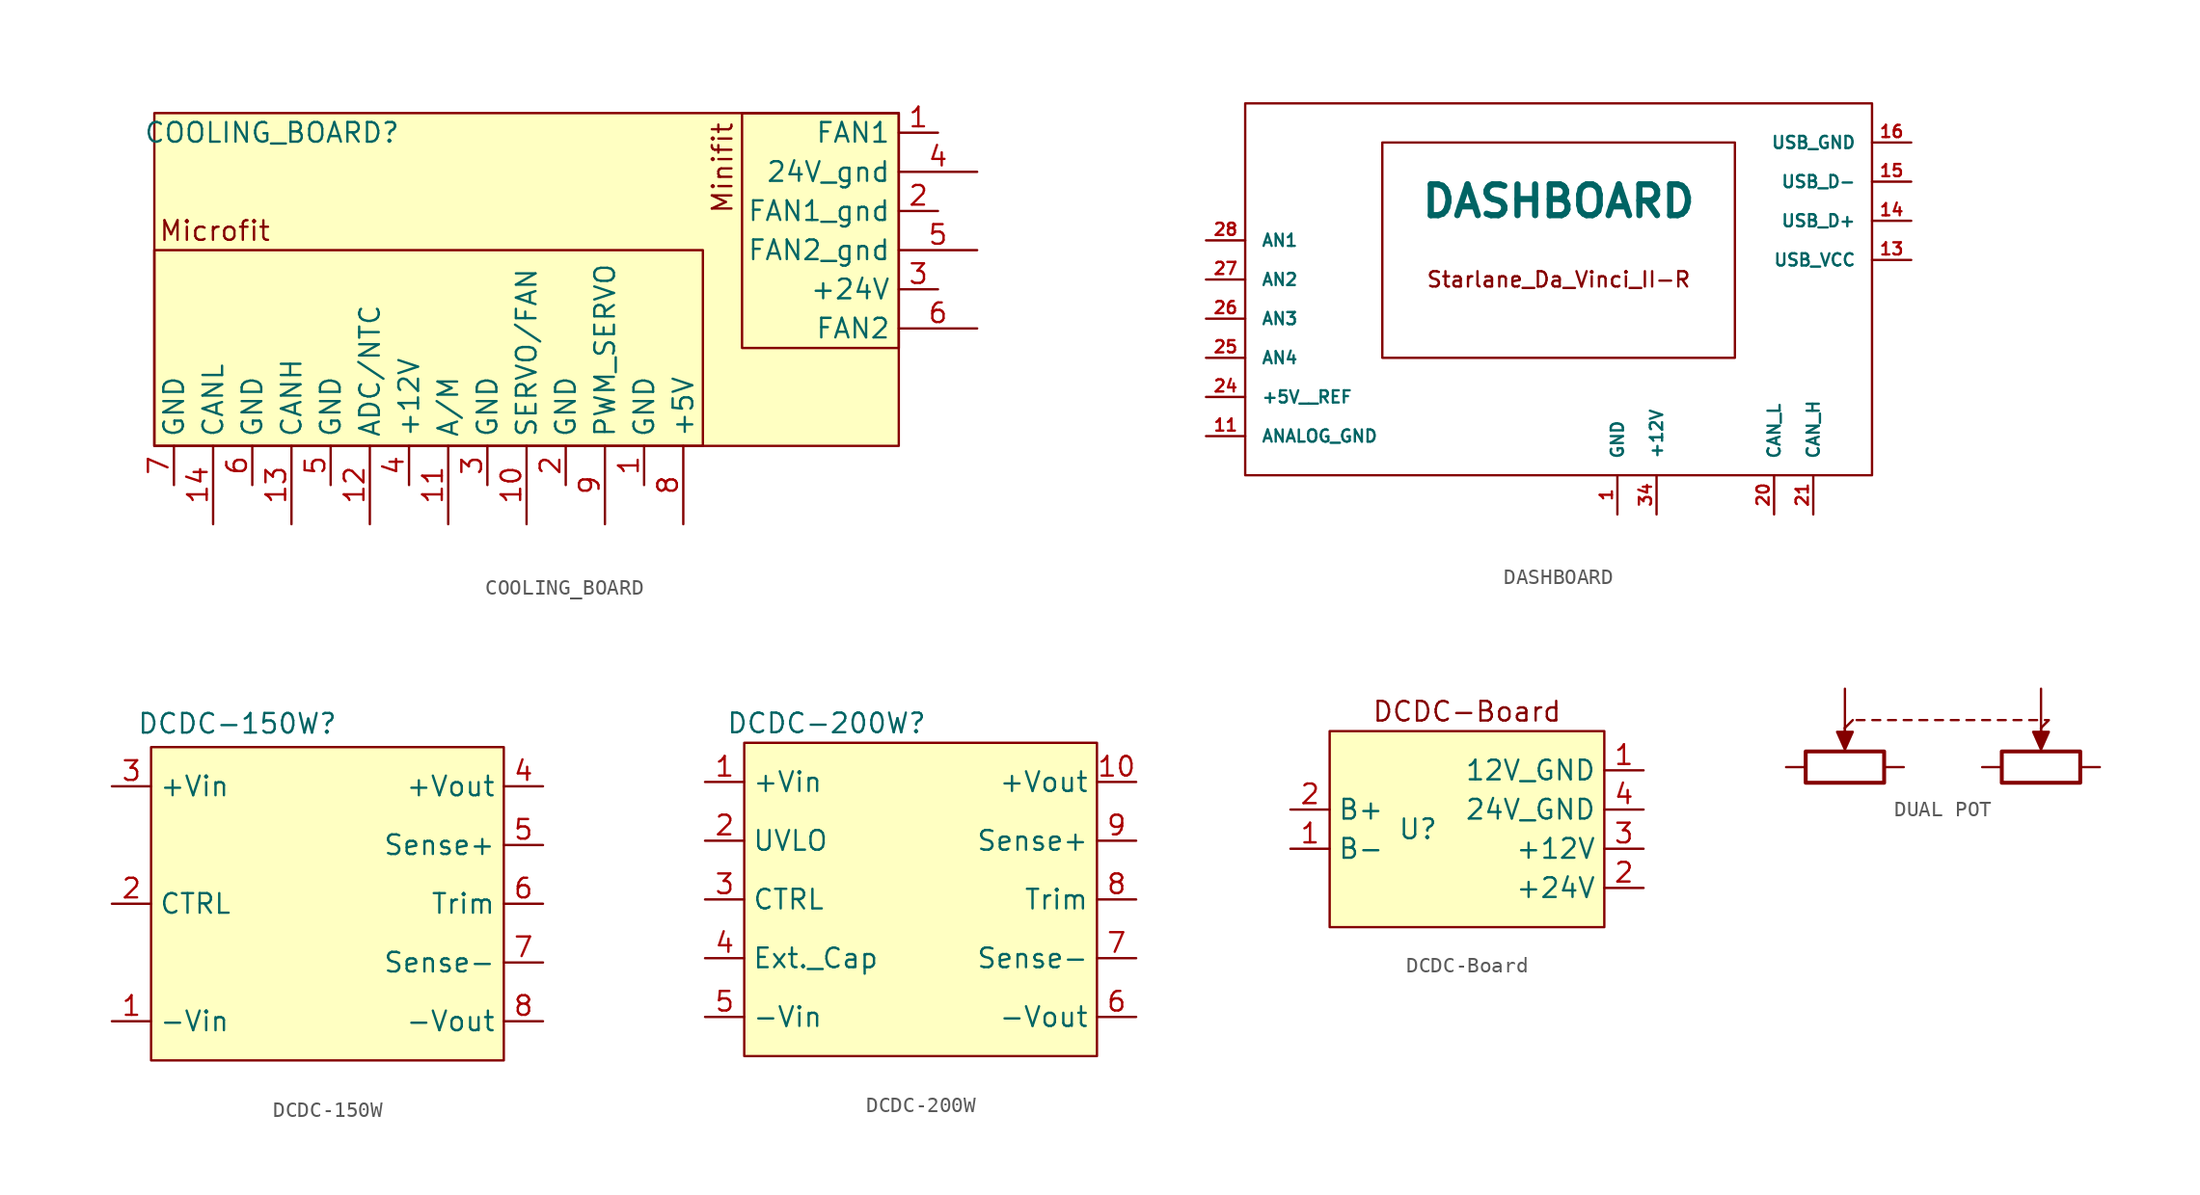
<source format=kicad_sym>
(kicad_symbol_lib
  (version 20231120)
  (generator "kicad_symbol_editor")
  (generator_version "8.0")
  (symbol "COOLING_BOARD"
    (property "Reference" "COOLING_BOARD"
      (at -35.56 11.43 0)
      (effects (font (size 1.27 1.27))))
    (property "Value" ""
      (at -20.32 -3.81 90)
      (effects (font (size 1.27 1.27))))
    (symbol "COOLING_BOARD_0_1"
      (rectangle (start -7.62 -8.89) (end -43.18 3.81) (stroke (width 0) (type default)) (fill (type none)))
      (rectangle (start -5.08 12.7) (end 5.08 -2.54) (stroke (width 0) (type default)) (fill (type none))))
    (symbol "COOLING_BOARD_1_1"
      (rectangle (start -43.18 12.7) (end 5.08 -8.89) (stroke (width 0) (type default)) (fill (type background)))
      (text "Microfit" (at -42.926 4.318 0) (effects (font (size 1.27 1.27)) (justify left bottom)))
      (text "Minifit" (at -6.35 9.144 900) (effects (font (size 1.27 1.27))))
      (pin input line (at 7.62 11.43 180) (length 2.54) (name "FAN1" (effects (font (size 1.27 1.27)))) (number "1" (effects (font (size 1.27 1.27)))))
      (pin input line (at -11.43 -11.43 90) (length 2.54) (name "GND" (effects (font (size 1.27 1.27)))) (number "1" (effects (font (size 1.27 1.27)))))
      (pin input line (at -19.05 -13.97 90) (length 5.08) (name "SERVO/FAN" (effects (font (size 1.27 1.27)))) (number "10" (effects (font (size 1.27 1.27)))))
      (pin input line (at -24.13 -13.97 90) (length 5.08) (name "A/M" (effects (font (size 1.27 1.27)))) (number "11" (effects (font (size 1.27 1.27)))))
      (pin input line (at -29.21 -13.97 90) (length 5.08) (name "ADC/NTC" (effects (font (size 1.27 1.27)))) (number "12" (effects (font (size 1.27 1.27)))))
      (pin input line (at -34.29 -13.97 90) (length 5.08) (name "CANH" (effects (font (size 1.27 1.27)))) (number "13" (effects (font (size 1.27 1.27)))))
      (pin input line (at -39.37 -13.97 90) (length 5.08) (name "CANL" (effects (font (size 1.27 1.27)))) (number "14" (effects (font (size 1.27 1.27)))))
      (pin input line (at 7.62 6.35 180) (length 2.54) (name "FAN1_gnd" (effects (font (size 1.27 1.27)))) (number "2" (effects (font (size 1.27 1.27)))))
      (pin input line (at -16.51 -11.43 90) (length 2.54) (name "GND" (effects (font (size 1.27 1.27)))) (number "2" (effects (font (size 1.27 1.27)))))
      (pin input line (at 7.62 1.27 180) (length 2.54) (name "+24V" (effects (font (size 1.27 1.27)))) (number "3" (effects (font (size 1.27 1.27)))))
      (pin input line (at -21.59 -11.43 90) (length 2.54) (name "GND" (effects (font (size 1.27 1.27)))) (number "3" (effects (font (size 1.27 1.27)))))
      (pin input line (at -26.67 -11.43 90) (length 2.54) (name "+12V" (effects (font (size 1.27 1.27)))) (number "4" (effects (font (size 1.27 1.27)))))
      (pin input line (at 10.16 8.89 180) (length 5.08) (name "24V_gnd" (effects (font (size 1.27 1.27)))) (number "4" (effects (font (size 1.27 1.27)))))
      (pin input line (at 10.16 3.81 180) (length 5.08) (name "FAN2_gnd" (effects (font (size 1.27 1.27)))) (number "5" (effects (font (size 1.27 1.27)))))
      (pin input line (at -31.75 -11.43 90) (length 2.54) (name "GND" (effects (font (size 1.27 1.27)))) (number "5" (effects (font (size 1.27 1.27)))))
      (pin input line (at 10.16 -1.27 180) (length 5.08) (name "FAN2" (effects (font (size 1.27 1.27)))) (number "6" (effects (font (size 1.27 1.27)))))
      (pin input line (at -36.83 -11.43 90) (length 2.54) (name "GND" (effects (font (size 1.27 1.27)))) (number "6" (effects (font (size 1.27 1.27)))))
      (pin input line (at -41.91 -11.43 90) (length 2.54) (name "GND" (effects (font (size 1.27 1.27)))) (number "7" (effects (font (size 1.27 1.27)))))
      (pin input line (at -8.89 -13.97 90) (length 5.08) (name "+5V" (effects (font (size 1.27 1.27)))) (number "8" (effects (font (size 1.27 1.27)))))
      (pin input line (at -13.97 -13.97 90) (length 5.08) (name "PWM_SERVO" (effects (font (size 1.27 1.27)))) (number "9" (effects (font (size 1.27 1.27)))))))
  (symbol "DASHBOARD"
    (pin_names
      (offset 1.016))
    (property "Reference" "D"
      (at 0 -1.27 0)
      (effects (font (size 1.27 1.27)) (hide yes)))
    (property "Value" "DASHBOARD"
      (at 0 5.08 0)
      (effects (font (size 2 2) (bold yes))))
    (symbol "DASHBOARD_0_0"
      (text "Starlane_Da_Vinci_II-R" (at 0 0 0) (effects (font (size 0.991 0.991)))))
    (symbol "DASHBOARD_0_1"
      (rectangle (start -20.32 -12.7) (end 20.32 11.43) (stroke (width 0) (type default)) (fill (type none)))
      (rectangle (start -11.43 8.89) (end 11.43 -5.08) (stroke (width 0) (type default)) (fill (type none))))
    (symbol "DASHBOARD_1_1"
      (pin input line (at 3.81 -15.24 90) (length 2.54) (name "GND" (effects (font (size 0.787 0.787)))) (number "1" (effects (font (size 0.787 0.787)))))
      (pin input line (at -22.86 -10.16 0) (length 2.54) (name "ANALOG_GND" (effects (font (size 0.787 0.787)))) (number "11" (effects (font (size 0.787 0.787)))))
      (pin input line (at 22.86 1.27 180) (length 2.54) (name "USB_VCC" (effects (font (size 0.787 0.787)))) (number "13" (effects (font (size 0.787 0.787)))))
      (pin input line (at 22.86 3.81 180) (length 2.54) (name "USB_D+" (effects (font (size 0.787 0.787)))) (number "14" (effects (font (size 0.787 0.787)))))
      (pin input line (at 22.86 6.35 180) (length 2.54) (name "USB_D-" (effects (font (size 0.787 0.787)))) (number "15" (effects (font (size 0.787 0.787)))))
      (pin input line (at 22.86 8.89 180) (length 2.54) (name "USB_GND" (effects (font (size 0.787 0.787)))) (number "16" (effects (font (size 0.787 0.787)))))
      (pin input line (at 13.97 -15.24 90) (length 2.54) (name "CAN_L" (effects (font (size 0.787 0.787)))) (number "20" (effects (font (size 0.787 0.787)))))
      (pin input line (at 16.51 -15.24 90) (length 2.54) (name "CAN_H" (effects (font (size 0.787 0.787)))) (number "21" (effects (font (size 0.787 0.787)))))
      (pin input line (at -22.86 -7.62 0) (length 2.54) (name "+5V__REF" (effects (font (size 0.787 0.787)))) (number "24" (effects (font (size 0.787 0.787)))))
      (pin input line (at -22.86 -5.08 0) (length 2.54) (name "AN4" (effects (font (size 0.787 0.787)))) (number "25" (effects (font (size 0.787 0.787)))))
      (pin input line (at -22.86 -2.54 0) (length 2.54) (name "AN3" (effects (font (size 0.787 0.787)))) (number "26" (effects (font (size 0.787 0.787)))))
      (pin input line (at -22.86 0 0) (length 2.54) (name "AN2" (effects (font (size 0.787 0.787)))) (number "27" (effects (font (size 0.787 0.787)))))
      (pin input line (at -22.86 2.54 0) (length 2.54) (name "AN1" (effects (font (size 0.787 0.787)))) (number "28" (effects (font (size 0.787 0.787)))))
      (pin input line (at 6.35 -15.24 90) (length 2.54) (name "+12V" (effects (font (size 0.787 0.787)))) (number "34" (effects (font (size 0.787 0.787)))))))
  (symbol "DCDC-150W"
    (property "Reference" "DCDC-150W"
      (at -5.842 11.684 0)
      (effects (font (size 1.27 1.27))))
    (property "Value" ""
      (at 0 0 0)
      (effects (font (size 1.27 1.27))))
    (symbol "DCDC-150W_1_1"
      (rectangle (start -11.43 10.16) (end 11.43 -10.16) (stroke (width 0) (type default)) (fill (type background)))
      (pin input line (at -13.97 -7.62 0) (length 2.54) (name "-Vin" (effects (font (size 1.27 1.27)))) (number "1" (effects (font (size 1.27 1.27)))))
      (pin input line (at -13.97 0 0) (length 2.54) (name "CTRL" (effects (font (size 1.27 1.27)))) (number "2" (effects (font (size 1.27 1.27)))))
      (pin input line (at -13.97 7.62 0) (length 2.54) (name "+Vin" (effects (font (size 1.27 1.27)))) (number "3" (effects (font (size 1.27 1.27)))))
      (pin input line (at 13.97 7.62 180) (length 2.54) (name "+Vout" (effects (font (size 1.27 1.27)))) (number "4" (effects (font (size 1.27 1.27)))))
      (pin input line (at 13.97 3.81 180) (length 2.54) (name "Sense+" (effects (font (size 1.27 1.27)))) (number "5" (effects (font (size 1.27 1.27)))))
      (pin input line (at 13.97 0 180) (length 2.54) (name "Trim" (effects (font (size 1.27 1.27)))) (number "6" (effects (font (size 1.27 1.27)))))
      (pin input line (at 13.97 -3.81 180) (length 2.54) (name "Sense-" (effects (font (size 1.27 1.27)))) (number "7" (effects (font (size 1.27 1.27)))))
      (pin input line (at 13.97 -7.62 180) (length 2.54) (name "-Vout" (effects (font (size 1.27 1.27)))) (number "8" (effects (font (size 1.27 1.27)))))))
  (symbol "DCDC-200W"
    (property "Reference" "DCDC-200W"
      (at -6.096 10.16 0)
      (effects (font (size 1.27 1.27))))
    (property "Value" ""
      (at -6.35 0 0)
      (effects (font (size 1.27 1.27))))
    (symbol "DCDC-200W_1_1"
      (rectangle (start -11.43 8.89) (end 11.43 -11.43) (stroke (width 0) (type default)) (fill (type background)))
      (pin input line (at -13.97 6.35 0) (length 2.54) (name "+Vin" (effects (font (size 1.27 1.27)))) (number "1" (effects (font (size 1.27 1.27)))))
      (pin input line (at 13.97 6.35 180) (length 2.54) (name "+Vout" (effects (font (size 1.27 1.27)))) (number "10" (effects (font (size 1.27 1.27)))))
      (pin input line (at -13.97 2.54 0) (length 2.54) (name "UVLO" (effects (font (size 1.27 1.27)))) (number "2" (effects (font (size 1.27 1.27)))))
      (pin input line (at -13.97 -1.27 0) (length 2.54) (name "CTRL" (effects (font (size 1.27 1.27)))) (number "3" (effects (font (size 1.27 1.27)))))
      (pin input line (at -13.97 -5.08 0) (length 2.54) (name "Ext._Cap" (effects (font (size 1.27 1.27)))) (number "4" (effects (font (size 1.27 1.27)))))
      (pin input line (at -13.97 -8.89 0) (length 2.54) (name "-Vin" (effects (font (size 1.27 1.27)))) (number "5" (effects (font (size 1.27 1.27)))))
      (pin input line (at 13.97 -8.89 180) (length 2.54) (name "-Vout" (effects (font (size 1.27 1.27)))) (number "6" (effects (font (size 1.27 1.27)))))
      (pin input line (at 13.97 -5.08 180) (length 2.54) (name "Sense-" (effects (font (size 1.27 1.27)))) (number "7" (effects (font (size 1.27 1.27)))))
      (pin input line (at 13.97 -1.27 180) (length 2.54) (name "Trim" (effects (font (size 1.27 1.27)))) (number "8" (effects (font (size 1.27 1.27)))))
      (pin input line (at 13.97 2.54 180) (length 2.54) (name "Sense+" (effects (font (size 1.27 1.27)))) (number "9" (effects (font (size 1.27 1.27)))))))
  (symbol "DCDC-Board"
    (property "Reference" "U"
      (at -2.54 0 0)
      (effects (font (size 1.27 1.27))))
    (property "Value" ""
      (at -2.54 0 0)
      (effects (font (size 1.27 1.27))))
    (symbol "DCDC-Board_1_1"
      (rectangle (start -8.255 6.35) (end 9.525 -6.35) (stroke (width 0) (type default)) (fill (type background)))
      (text "DCDC-Board" (at 0.635 7.62 0) (effects (font (size 1.27 1.27))))
      (pin input line (at 12.065 3.81 180) (length 2.54) (name "12V_GND" (effects (font (size 1.27 1.27)))) (number "1" (effects (font (size 1.27 1.27)))))
      (pin input line (at -10.795 -1.27 0) (length 2.54) (name "B-" (effects (font (size 1.27 1.27)))) (number "1" (effects (font (size 1.27 1.27)))))
      (pin input line (at 12.065 -3.81 180) (length 2.54) (name "+24V" (effects (font (size 1.27 1.27)))) (number "2" (effects (font (size 1.27 1.27)))))
      (pin input line (at -10.795 1.27 0) (length 2.54) (name "B+" (effects (font (size 1.27 1.27)))) (number "2" (effects (font (size 1.27 1.27)))))
      (pin input line (at 12.065 -1.27 180) (length 2.54) (name "+12V" (effects (font (size 1.27 1.27)))) (number "3" (effects (font (size 1.27 1.27)))))
      (pin input line (at 12.065 1.27 180) (length 2.54) (name "24V_GND" (effects (font (size 1.27 1.27)))) (number "4" (effects (font (size 1.27 1.27)))))))
  (symbol "DUAL POT"
    (pin_names
      (offset 1.016) hide)
    (property "Reference" "RV"
      (at 0 3.81 0)
      (effects (font (size 1.27 1.27)) (hide yes)))
    (symbol "DUAL POT_0_1"
      (rectangle (start -8.89 -1.524) (end -3.81 -3.556) (stroke (width 0.254) (type default)) (fill (type none)))
      (polyline (pts (xy -6.35 0) (xy -6.35 -1.016)) (stroke (width 0) (type default)) (fill (type none)))
      (polyline (pts (xy -6.35 0) (xy -6.35 -1.016)) (stroke (width 0) (type default)) (fill (type none)))
      (polyline (pts (xy -6.35 0) (xy -5.842 0.508)) (stroke (width 0) (type default)) (fill (type none)))
      (polyline (pts (xy -5.588 0.508) (xy -5.08 0.508)) (stroke (width 0) (type default)) (fill (type none)))
      (polyline (pts (xy -4.572 0.508) (xy -4.064 0.508)) (stroke (width 0) (type default)) (fill (type none)))
      (polyline (pts (xy -3.556 0.508) (xy -3.048 0.508)) (stroke (width 0) (type default)) (fill (type none)))
      (polyline (pts (xy -2.54 0.508) (xy -2.032 0.508)) (stroke (width 0) (type default)) (fill (type none)))
      (polyline (pts (xy -1.524 0.508) (xy -1.016 0.508)) (stroke (width 0) (type default)) (fill (type none)))
      (polyline (pts (xy -0.508 0.508) (xy 0 0.508)) (stroke (width 0) (type default)) (fill (type none)))
      (polyline (pts (xy 0.508 0.508) (xy 1.016 0.508)) (stroke (width 0) (type default)) (fill (type none)))
      (polyline (pts (xy 1.524 0.508) (xy 2.032 0.508)) (stroke (width 0) (type default)) (fill (type none)))
      (polyline (pts (xy 2.54 0.508) (xy 3.048 0.508)) (stroke (width 0) (type default)) (fill (type none)))
      (polyline (pts (xy 3.556 0.508) (xy 4.064 0.508)) (stroke (width 0) (type default)) (fill (type none)))
      (polyline (pts (xy 4.572 0.508) (xy 5.08 0.508)) (stroke (width 0) (type default)) (fill (type none)))
      (polyline (pts (xy 5.588 0.508) (xy 6.096 0.508)) (stroke (width 0) (type default)) (fill (type none)))
      (polyline (pts (xy 6.35 0) (xy 6.35 -1.016)) (stroke (width 0) (type default)) (fill (type none)))
      (polyline (pts (xy 6.35 0) (xy 6.35 -1.016)) (stroke (width 0) (type default)) (fill (type none)))
      (polyline (pts (xy 6.604 0.508) (xy 6.858 0.508) (xy 6.35 0)) (stroke (width 0) (type default)) (fill (type none)))
      (polyline (pts (xy -6.35 -1.397) (xy -6.858 -0.254) (xy -5.842 -0.254) (xy -6.35 -1.397)) (stroke (width 0) (type default)) (fill (type outline)))
      (polyline (pts (xy 6.35 -1.397) (xy 5.842 -0.254) (xy 6.858 -0.254) (xy 6.35 -1.397)) (stroke (width 0) (type default)) (fill (type outline)))
      (rectangle (start 3.81 -1.524) (end 8.89 -3.556) (stroke (width 0.254) (type default)) (fill (type none))))
    (symbol "DUAL POT_1_1"
      (pin passive line (at -10.16 -2.54 0) (length 1.27) (name "1" (effects (font (size 1.27 1.27)))) (number "" (effects (font (size 1.27 1.27)))))
      (pin passive line (at -6.35 2.54 270) (length 2.54) (name "2" (effects (font (size 1.27 1.27)))) (number "" (effects (font (size 1.27 1.27)))))
      (pin passive line (at -2.54 -2.54 180) (length 1.27) (name "3" (effects (font (size 1.27 1.27)))) (number "" (effects (font (size 1.27 1.27)))))
      (pin passive line (at 2.54 -2.54 0) (length 1.27) (name "4" (effects (font (size 1.27 1.27)))) (number "" (effects (font (size 1.27 1.27)))))
      (pin passive line (at 6.35 2.54 270) (length 2.54) (name "5" (effects (font (size 1.27 1.27)))) (number "" (effects (font (size 1.27 1.27)))))
      (pin passive line (at 10.16 -2.54 180) (length 1.27) (name "6" (effects (font (size 1.27 1.27)))) (number "" (effects (font (size 1.27 1.27))))))))
</source>
